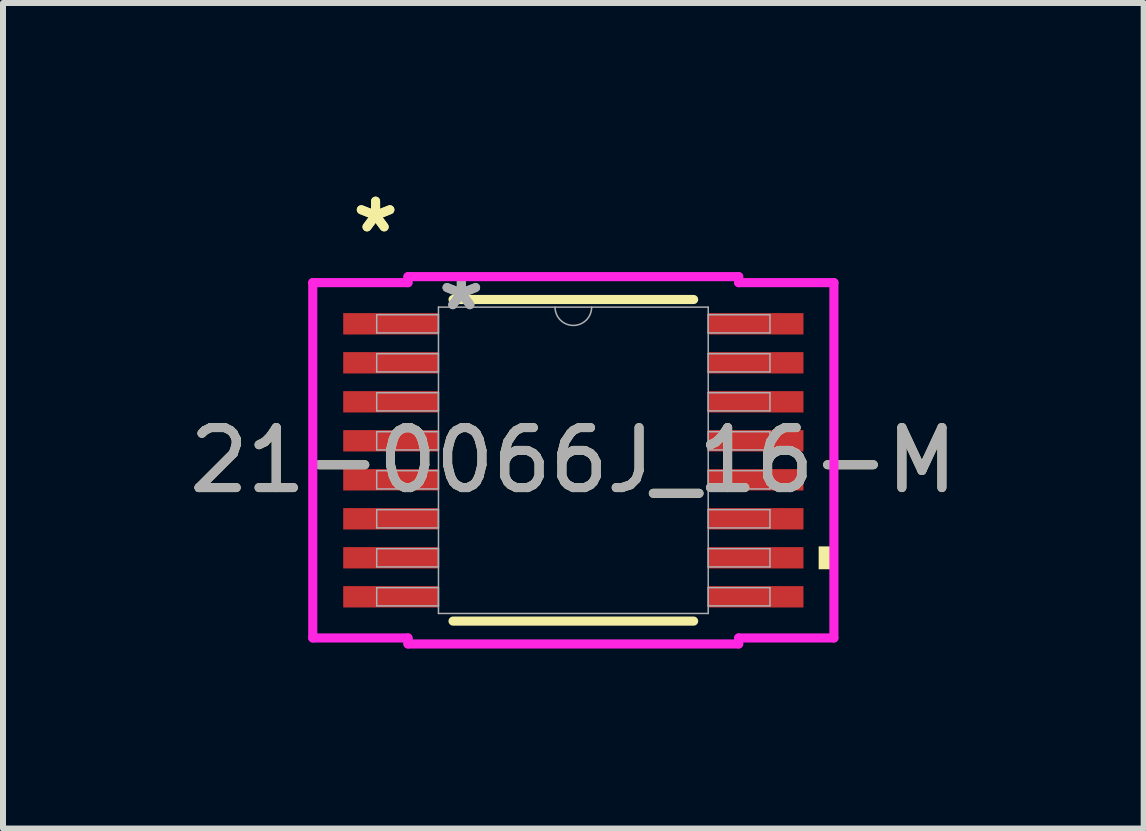
<source format=kicad_pcb>
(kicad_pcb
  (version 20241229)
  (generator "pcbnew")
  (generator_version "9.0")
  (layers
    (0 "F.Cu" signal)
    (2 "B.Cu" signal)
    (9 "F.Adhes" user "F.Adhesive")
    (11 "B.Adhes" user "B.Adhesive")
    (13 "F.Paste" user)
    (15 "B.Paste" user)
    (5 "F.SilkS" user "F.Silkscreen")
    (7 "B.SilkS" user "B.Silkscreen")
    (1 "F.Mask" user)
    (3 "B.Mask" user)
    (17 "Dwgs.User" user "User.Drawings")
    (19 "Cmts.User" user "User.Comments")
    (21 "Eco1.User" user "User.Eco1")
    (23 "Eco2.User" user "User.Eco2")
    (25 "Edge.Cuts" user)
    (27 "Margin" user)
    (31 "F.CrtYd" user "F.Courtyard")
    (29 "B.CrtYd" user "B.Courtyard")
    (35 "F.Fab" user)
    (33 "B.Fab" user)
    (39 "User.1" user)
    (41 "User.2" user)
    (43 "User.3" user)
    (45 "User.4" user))
  (footprint "21-0066J_16-M"
    (layer "F.Cu")
    (at 6.506 4.622)
    (property "Reference" "21-0066J_16-M" (at 0 0 0) (unlocked yes) (layer "F.SilkS") (effects (font (size 1 1) (thickness 0.15))))
    (attr smd)
    (fp_line (start -2.005 2.68) (end 2.005 2.68) (stroke (width 0.152) (type solid)) (layer "F.SilkS"))
    (fp_line (start 2.005 -2.68) (end -2.005 -2.68) (stroke (width 0.152) (type solid)) (layer "F.SilkS"))
    (fp_poly (pts (xy 4.343 1.435) (xy 4.343 1.816) (xy 4.089 1.816) (xy 4.089 1.435)) (stroke (width 0) (type solid)) (fill yes) (layer "F.SilkS"))
    (fp_line (start -4.343 -2.961) (end -2.756 -2.961) (stroke (width 0.152) (type solid)) (layer "F.CrtYd"))
    (fp_line (start -4.343 2.961) (end -4.343 -2.961) (stroke (width 0.152) (type solid)) (layer "F.CrtYd"))
    (fp_line (start -4.343 2.961) (end -2.756 2.961) (stroke (width 0.152) (type solid)) (layer "F.CrtYd"))
    (fp_line (start -2.756 -3.061) (end 2.756 -3.061) (stroke (width 0.152) (type solid)) (layer "F.CrtYd"))
    (fp_line (start -2.756 -2.961) (end -2.756 -3.061) (stroke (width 0.152) (type solid)) (layer "F.CrtYd"))
    (fp_line (start -2.756 3.061) (end -2.756 2.961) (stroke (width 0.152) (type solid)) (layer "F.CrtYd"))
    (fp_line (start 2.756 -3.061) (end 2.756 -2.961) (stroke (width 0.152) (type solid)) (layer "F.CrtYd"))
    (fp_line (start 2.756 2.961) (end 2.756 3.061) (stroke (width 0.152) (type solid)) (layer "F.CrtYd"))
    (fp_line (start 2.756 3.061) (end -2.756 3.061) (stroke (width 0.152) (type solid)) (layer "F.CrtYd"))
    (fp_line (start 4.343 -2.961) (end 2.756 -2.961) (stroke (width 0.152) (type solid)) (layer "F.CrtYd"))
    (fp_line (start 4.343 -2.961) (end 4.343 2.961) (stroke (width 0.152) (type solid)) (layer "F.CrtYd"))
    (fp_line (start 4.343 2.961) (end 2.756 2.961) (stroke (width 0.152) (type solid)) (layer "F.CrtYd"))
    (fp_line (start -3.277 -2.427) (end -3.277 -2.123) (stroke (width 0.025) (type solid)) (layer "F.Fab"))
    (fp_line (start -3.277 -2.123) (end -2.248 -2.123) (stroke (width 0.025) (type solid)) (layer "F.Fab"))
    (fp_line (start -3.277 -1.777) (end -3.277 -1.473) (stroke (width 0.025) (type solid)) (layer "F.Fab"))
    (fp_line (start -3.277 -1.473) (end -2.248 -1.473) (stroke (width 0.025) (type solid)) (layer "F.Fab"))
    (fp_line (start -3.277 -1.127) (end -3.277 -0.823) (stroke (width 0.025) (type solid)) (layer "F.Fab"))
    (fp_line (start -3.277 -0.823) (end -2.248 -0.823) (stroke (width 0.025) (type solid)) (layer "F.Fab"))
    (fp_line (start -3.277 -0.477) (end -3.277 -0.173) (stroke (width 0.025) (type solid)) (layer "F.Fab"))
    (fp_line (start -3.277 -0.173) (end -2.248 -0.173) (stroke (width 0.025) (type solid)) (layer "F.Fab"))
    (fp_line (start -3.277 0.173) (end -3.277 0.477) (stroke (width 0.025) (type solid)) (layer "F.Fab"))
    (fp_line (start -3.277 0.477) (end -2.248 0.477) (stroke (width 0.025) (type solid)) (layer "F.Fab"))
    (fp_line (start -3.277 0.823) (end -3.277 1.127) (stroke (width 0.025) (type solid)) (layer "F.Fab"))
    (fp_line (start -3.277 1.127) (end -2.248 1.127) (stroke (width 0.025) (type solid)) (layer "F.Fab"))
    (fp_line (start -3.277 1.473) (end -3.277 1.777) (stroke (width 0.025) (type solid)) (layer "F.Fab"))
    (fp_line (start -3.277 1.777) (end -2.248 1.777) (stroke (width 0.025) (type solid)) (layer "F.Fab"))
    (fp_line (start -3.277 2.123) (end -3.277 2.427) (stroke (width 0.025) (type solid)) (layer "F.Fab"))
    (fp_line (start -3.277 2.427) (end -2.248 2.427) (stroke (width 0.025) (type solid)) (layer "F.Fab"))
    (fp_line (start -2.248 -2.553) (end -2.248 2.553) (stroke (width 0.025) (type solid)) (layer "F.Fab"))
    (fp_line (start -2.248 -2.427) (end -3.277 -2.427) (stroke (width 0.025) (type solid)) (layer "F.Fab"))
    (fp_line (start -2.248 -2.123) (end -2.248 -2.427) (stroke (width 0.025) (type solid)) (layer "F.Fab"))
    (fp_line (start -2.248 -1.777) (end -3.277 -1.777) (stroke (width 0.025) (type solid)) (layer "F.Fab"))
    (fp_line (start -2.248 -1.473) (end -2.248 -1.777) (stroke (width 0.025) (type solid)) (layer "F.Fab"))
    (fp_line (start -2.248 -1.127) (end -3.277 -1.127) (stroke (width 0.025) (type solid)) (layer "F.Fab"))
    (fp_line (start -2.248 -0.823) (end -2.248 -1.127) (stroke (width 0.025) (type solid)) (layer "F.Fab"))
    (fp_line (start -2.248 -0.477) (end -3.277 -0.477) (stroke (width 0.025) (type solid)) (layer "F.Fab"))
    (fp_line (start -2.248 -0.173) (end -2.248 -0.477) (stroke (width 0.025) (type solid)) (layer "F.Fab"))
    (fp_line (start -2.248 0.173) (end -3.277 0.173) (stroke (width 0.025) (type solid)) (layer "F.Fab"))
    (fp_line (start -2.248 0.477) (end -2.248 0.173) (stroke (width 0.025) (type solid)) (layer "F.Fab"))
    (fp_line (start -2.248 0.823) (end -3.277 0.823) (stroke (width 0.025) (type solid)) (layer "F.Fab"))
    (fp_line (start -2.248 1.127) (end -2.248 0.823) (stroke (width 0.025) (type solid)) (layer "F.Fab"))
    (fp_line (start -2.248 1.473) (end -3.277 1.473) (stroke (width 0.025) (type solid)) (layer "F.Fab"))
    (fp_line (start -2.248 1.777) (end -2.248 1.473) (stroke (width 0.025) (type solid)) (layer "F.Fab"))
    (fp_line (start -2.248 2.123) (end -3.277 2.123) (stroke (width 0.025) (type solid)) (layer "F.Fab"))
    (fp_line (start -2.248 2.427) (end -2.248 2.123) (stroke (width 0.025) (type solid)) (layer "F.Fab"))
    (fp_line (start -2.248 2.553) (end 2.248 2.553) (stroke (width 0.025) (type solid)) (layer "F.Fab"))
    (fp_line (start 2.248 -2.553) (end -2.248 -2.553) (stroke (width 0.025) (type solid)) (layer "F.Fab"))
    (fp_line (start 2.248 -2.427) (end 2.248 -2.123) (stroke (width 0.025) (type solid)) (layer "F.Fab"))
    (fp_line (start 2.248 -2.123) (end 3.277 -2.123) (stroke (width 0.025) (type solid)) (layer "F.Fab"))
    (fp_line (start 2.248 -1.777) (end 2.248 -1.473) (stroke (width 0.025) (type solid)) (layer "F.Fab"))
    (fp_line (start 2.248 -1.473) (end 3.277 -1.473) (stroke (width 0.025) (type solid)) (layer "F.Fab"))
    (fp_line (start 2.248 -1.127) (end 2.248 -0.823) (stroke (width 0.025) (type solid)) (layer "F.Fab"))
    (fp_line (start 2.248 -0.823) (end 3.277 -0.823) (stroke (width 0.025) (type solid)) (layer "F.Fab"))
    (fp_line (start 2.248 -0.477) (end 2.248 -0.173) (stroke (width 0.025) (type solid)) (layer "F.Fab"))
    (fp_line (start 2.248 -0.173) (end 3.277 -0.173) (stroke (width 0.025) (type solid)) (layer "F.Fab"))
    (fp_line (start 2.248 0.173) (end 2.248 0.477) (stroke (width 0.025) (type solid)) (layer "F.Fab"))
    (fp_line (start 2.248 0.477) (end 3.277 0.477) (stroke (width 0.025) (type solid)) (layer "F.Fab"))
    (fp_line (start 2.248 0.823) (end 2.248 1.127) (stroke (width 0.025) (type solid)) (layer "F.Fab"))
    (fp_line (start 2.248 1.127) (end 3.277 1.127) (stroke (width 0.025) (type solid)) (layer "F.Fab"))
    (fp_line (start 2.248 1.473) (end 2.248 1.777) (stroke (width 0.025) (type solid)) (layer "F.Fab"))
    (fp_line (start 2.248 1.777) (end 3.277 1.777) (stroke (width 0.025) (type solid)) (layer "F.Fab"))
    (fp_line (start 2.248 2.123) (end 2.248 2.427) (stroke (width 0.025) (type solid)) (layer "F.Fab"))
    (fp_line (start 2.248 2.427) (end 3.277 2.427) (stroke (width 0.025) (type solid)) (layer "F.Fab"))
    (fp_line (start 2.248 2.553) (end 2.248 -2.553) (stroke (width 0.025) (type solid)) (layer "F.Fab"))
    (fp_line (start 3.277 -2.427) (end 2.248 -2.427) (stroke (width 0.025) (type solid)) (layer "F.Fab"))
    (fp_line (start 3.277 -2.123) (end 3.277 -2.427) (stroke (width 0.025) (type solid)) (layer "F.Fab"))
    (fp_line (start 3.277 -1.777) (end 2.248 -1.777) (stroke (width 0.025) (type solid)) (layer "F.Fab"))
    (fp_line (start 3.277 -1.473) (end 3.277 -1.777) (stroke (width 0.025) (type solid)) (layer "F.Fab"))
    (fp_line (start 3.277 -1.127) (end 2.248 -1.127) (stroke (width 0.025) (type solid)) (layer "F.Fab"))
    (fp_line (start 3.277 -0.823) (end 3.277 -1.127) (stroke (width 0.025) (type solid)) (layer "F.Fab"))
    (fp_line (start 3.277 -0.477) (end 2.248 -0.477) (stroke (width 0.025) (type solid)) (layer "F.Fab"))
    (fp_line (start 3.277 -0.173) (end 3.277 -0.477) (stroke (width 0.025) (type solid)) (layer "F.Fab"))
    (fp_line (start 3.277 0.173) (end 2.248 0.173) (stroke (width 0.025) (type solid)) (layer "F.Fab"))
    (fp_line (start 3.277 0.477) (end 3.277 0.173) (stroke (width 0.025) (type solid)) (layer "F.Fab"))
    (fp_line (start 3.277 0.823) (end 2.248 0.823) (stroke (width 0.025) (type solid)) (layer "F.Fab"))
    (fp_line (start 3.277 1.127) (end 3.277 0.823) (stroke (width 0.025) (type solid)) (layer "F.Fab"))
    (fp_line (start 3.277 1.473) (end 2.248 1.473) (stroke (width 0.025) (type solid)) (layer "F.Fab"))
    (fp_line (start 3.277 1.777) (end 3.277 1.473) (stroke (width 0.025) (type solid)) (layer "F.Fab"))
    (fp_line (start 3.277 2.123) (end 2.248 2.123) (stroke (width 0.025) (type solid)) (layer "F.Fab"))
    (fp_line (start 3.277 2.427) (end 3.277 2.123) (stroke (width 0.025) (type solid)) (layer "F.Fab"))
    (fp_arc (start 0.3048 -2.5527) (mid 0 -2.2479) (end -0.3048 -2.5527) (stroke (width 0.0254) (type solid)) (layer "F.Fab"))
    (fp_text user "*" (at -3.296 -3.774 0) (layer "F.SilkS") (effects (font (size 1 1) (thickness 0.15))))
    (fp_text user "*" (at -3.296 -3.774 0) (unlocked yes) (layer "F.SilkS") (effects (font (size 1 1) (thickness 0.15))))
    (fp_text user "${REFERENCE}" (at 0 0 0) (unlocked yes) (layer "F.Fab") (effects (font (size 1 1) (thickness 0.15))))
    (fp_text user "*" (at -1.867 -2.477 0) (layer "F.Fab") (effects (font (size 1 1) (thickness 0.15))))
    (fp_text user "*" (at -1.867 -2.477 0) (unlocked yes) (layer "F.Fab") (effects (font (size 1 1) (thickness 0.15))))
    (pad "1" smd rect (at -3.042 -2.275) (size 1.587 0.356) (layers "F.Cu" "F.Mask" "F.Paste"))
    (pad "2" smd rect (at -3.042 -1.625) (size 1.587 0.356) (layers "F.Cu" "F.Mask" "F.Paste"))
    (pad "3" smd rect (at -3.042 -0.975) (size 1.587 0.356) (layers "F.Cu" "F.Mask" "F.Paste"))
    (pad "4" smd rect (at -3.042 -0.325) (size 1.587 0.356) (layers "F.Cu" "F.Mask" "F.Paste"))
    (pad "5" smd rect (at -3.042 0.325) (size 1.587 0.356) (layers "F.Cu" "F.Mask" "F.Paste"))
    (pad "6" smd rect (at -3.042 0.975) (size 1.587 0.356) (layers "F.Cu" "F.Mask" "F.Paste"))
    (pad "7" smd rect (at -3.042 1.625) (size 1.587 0.356) (layers "F.Cu" "F.Mask" "F.Paste"))
    (pad "8" smd rect (at -3.042 2.275) (size 1.587 0.356) (layers "F.Cu" "F.Mask" "F.Paste"))
    (pad "9" smd rect (at 3.042 2.275) (size 1.587 0.356) (layers "F.Cu" "F.Mask" "F.Paste"))
    (pad "10" smd rect (at 3.042 1.625) (size 1.587 0.356) (layers "F.Cu" "F.Mask" "F.Paste"))
    (pad "11" smd rect (at 3.042 0.975) (size 1.587 0.356) (layers "F.Cu" "F.Mask" "F.Paste"))
    (pad "12" smd rect (at 3.042 0.325) (size 1.587 0.356) (layers "F.Cu" "F.Mask" "F.Paste"))
    (pad "13" smd rect (at 3.042 -0.325) (size 1.587 0.356) (layers "F.Cu" "F.Mask" "F.Paste"))
    (pad "14" smd rect (at 3.042 -0.975) (size 1.587 0.356) (layers "F.Cu" "F.Mask" "F.Paste"))
    (pad "15" smd rect (at 3.042 -1.625) (size 1.587 0.356) (layers "F.Cu" "F.Mask" "F.Paste"))
    (pad "16" smd rect (at 3.042 -2.275) (size 1.587 0.356) (layers "F.Cu" "F.Mask" "F.Paste")))
  (gr_rect
    (start -3 -3)
    (end 16.012 10.759)
    (stroke (width 0.1) (type default))
    (fill no)
    (layer "Edge.Cuts")))
</source>
